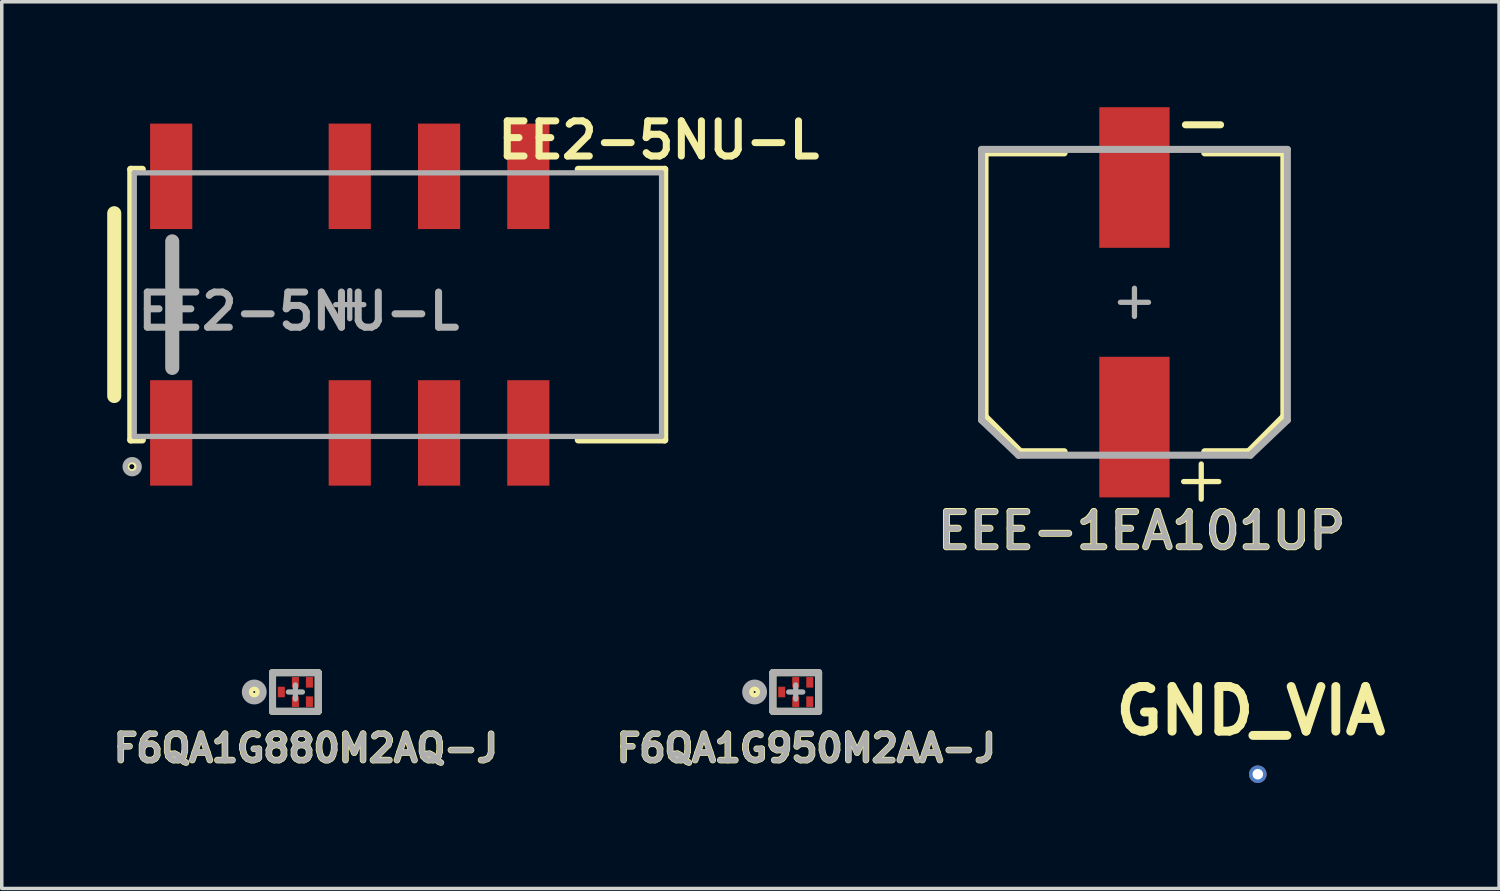
<source format=kicad_pcb>
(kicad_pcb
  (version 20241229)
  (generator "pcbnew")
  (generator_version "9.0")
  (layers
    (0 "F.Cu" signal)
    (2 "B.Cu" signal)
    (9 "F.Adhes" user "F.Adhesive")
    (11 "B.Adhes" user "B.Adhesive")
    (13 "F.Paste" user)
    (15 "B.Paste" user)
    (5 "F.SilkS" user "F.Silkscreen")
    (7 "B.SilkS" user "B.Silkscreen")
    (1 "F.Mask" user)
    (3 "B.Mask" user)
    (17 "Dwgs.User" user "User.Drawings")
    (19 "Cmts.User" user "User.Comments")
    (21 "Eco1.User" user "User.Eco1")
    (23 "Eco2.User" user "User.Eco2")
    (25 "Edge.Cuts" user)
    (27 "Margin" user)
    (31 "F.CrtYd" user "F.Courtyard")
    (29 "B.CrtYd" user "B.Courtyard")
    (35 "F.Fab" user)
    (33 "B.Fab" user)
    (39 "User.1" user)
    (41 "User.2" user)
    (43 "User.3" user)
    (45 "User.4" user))
  (footprint "EEE-1EA101UP"
    (layer "F.Cu")
    (at 29.223 5.55)
    (property "Reference" "EEE-1EA101UP" (at 0.2 6.5 0) (layer "F.SilkS") (effects (font (size 1 1) (thickness 0.2))))
    (attr through_hole)
    (fp_line (start -4.25 -4.25) (end -4.25 3.25) (stroke (width 0.2) (type solid)) (layer "F.SilkS"))
    (fp_line (start -4.25 -4.25) (end -2 -4.25) (stroke (width 0.2) (type solid)) (layer "F.SilkS"))
    (fp_line (start -4.25 3.25) (end -3.25 4.25) (stroke (width 0.2) (type solid)) (layer "F.SilkS"))
    (fp_line (start -3.25 4.25) (end -2 4.25) (stroke (width 0.2) (type solid)) (layer "F.SilkS"))
    (fp_line (start 1.4 5.1) (end 2.4 5.1) (stroke (width 0.15) (type solid)) (layer "F.SilkS"))
    (fp_line (start 1.45 -5.05) (end 2.45 -5.05) (stroke (width 0.2) (type solid)) (layer "F.SilkS"))
    (fp_line (start 1.9 4.6) (end 1.9 5.6) (stroke (width 0.15) (type solid)) (layer "F.SilkS"))
    (fp_line (start 2 -4.25) (end 4.25 -4.25) (stroke (width 0.2) (type solid)) (layer "F.SilkS"))
    (fp_line (start 2 4.25) (end 3.25 4.25) (stroke (width 0.2) (type solid)) (layer "F.SilkS"))
    (fp_line (start 4.25 -4.25) (end 4.25 3.25) (stroke (width 0.2) (type solid)) (layer "F.SilkS"))
    (fp_line (start 4.25 3.25) (end 3.25 4.25) (stroke (width 0.2) (type solid)) (layer "F.SilkS"))
    (fp_line (start -4.35 -4.35) (end -4.35 3.35) (stroke (width 0.2) (type solid)) (layer "F.Fab"))
    (fp_line (start -4.35 -4.35) (end 4.35 -4.35) (stroke (width 0.2) (type solid)) (layer "F.Fab"))
    (fp_line (start -4.35 3.35) (end -3.3 4.35) (stroke (width 0.2) (type solid)) (layer "F.Fab"))
    (fp_line (start -3.3 4.35) (end 3.3 4.35) (stroke (width 0.2) (type solid)) (layer "F.Fab"))
    (fp_line (start -0.4 0) (end 0.4 0) (stroke (width 0.15) (type solid)) (layer "F.Fab"))
    (fp_line (start 0 -0.4) (end 0 0.4) (stroke (width 0.15) (type solid)) (layer "F.Fab"))
    (fp_line (start 4.35 -4.35) (end 4.35 3.35) (stroke (width 0.2) (type solid)) (layer "F.Fab"))
    (fp_line (start 4.35 3.35) (end 3.3 4.35) (stroke (width 0.2) (type solid)) (layer "F.Fab"))
    (fp_text user "${REFERENCE}" (at 0.2 6.5 0) (layer "F.Fab") (effects (font (size 1 1) (thickness 0.15))))
    (pad "1" smd rect (at 0 3.55) (size 2 4) (layers "F.Cu" "F.Mask" "F.Paste"))
    (pad "2" smd rect (at 0 -3.55) (size 2 4) (layers "F.Cu" "F.Mask" "F.Paste")))
  (footprint "GND_VIA"
    (layer "F.Cu")
    (at 32.732 18.975)
    (property "Reference" "GND_VIA" (at -0.2 -1.8 0) (layer "F.SilkS") (effects (font (size 1.27 1.27) (thickness 0.254))))
    (attr through_hole)
    (pad "1" thru_hole circle (at 0 0) (size 0.5 0.5) (drill 0.3) (layers "*.Cu")))
  (footprint "F6QA1G880M2AQ-J"
    (layer "F.Cu")
    (at 5.353 16.636)
    (property "Reference" "F6QA1G880M2AQ-J" (at 0.3 1.6 0) (layer "F.SilkS") (effects (font (size 0.75 0.75) (thickness 0.188))))
    (attr through_hole)
    (fp_line (start -0.65 -0.55) (end -0.65 0.55) (stroke (width 0.2) (type solid)) (layer "F.SilkS"))
    (fp_line (start -0.65 -0.55) (end 0.65 -0.55) (stroke (width 0.2) (type solid)) (layer "F.SilkS"))
    (fp_line (start -0.65 0.55) (end 0.65 0.55) (stroke (width 0.2) (type solid)) (layer "F.SilkS"))
    (fp_line (start 0.65 -0.55) (end 0.65 0.55) (stroke (width 0.2) (type solid)) (layer "F.SilkS"))
    (fp_circle (center -1.17 0) (end -1.043 0) (stroke (width 0.2) (type solid)) (fill no) (layer "F.SilkS"))
    (fp_line (start -0.65 -0.55) (end -0.65 0.55) (stroke (width 0.2) (type solid)) (layer "F.Fab"))
    (fp_line (start -0.65 -0.55) (end 0.65 -0.55) (stroke (width 0.2) (type solid)) (layer "F.Fab"))
    (fp_line (start -0.65 0.55) (end 0.65 0.55) (stroke (width 0.2) (type solid)) (layer "F.Fab"))
    (fp_line (start -0.2 0) (end 0.2 0) (stroke (width 0.15) (type solid)) (layer "F.Fab"))
    (fp_line (start 0 -0.2) (end 0 0.2) (stroke (width 0.15) (type solid)) (layer "F.Fab"))
    (fp_line (start 0.65 -0.55) (end 0.65 0.55) (stroke (width 0.2) (type solid)) (layer "F.Fab"))
    (fp_circle (center -1.17 0) (end -1.424 0) (stroke (width 0.2) (type solid)) (fill no) (layer "F.Fab"))
    (fp_text user "${REFERENCE}" (at 0.3 1.6 0) (layer "F.Fab") (effects (font (size 0.75 0.75) (thickness 0.15))))
    (pad "1" smd rect (at -0.4 0) (size 0.2 0.3) (layers "F.Cu" "F.Mask" "F.Paste"))
    (pad "2" smd rect (at 0 0.275) (size 0.2 0.3) (layers "F.Cu" "F.Mask" "F.Paste"))
    (pad "3" smd rect (at 0.4 0.275) (size 0.2 0.3) (layers "F.Cu" "F.Mask" "F.Paste"))
    (pad "4" smd rect (at 0.4 -0.275) (size 0.2 0.3) (layers "F.Cu" "F.Mask" "F.Paste"))
    (pad "5" smd rect (at 0 -0.275) (size 0.2 0.3) (layers "F.Cu" "F.Mask" "F.Paste")))
  (footprint "EE2-5NU-L"
    (layer "F.Cu")
    (at 6.9 5.616)
    (property "Reference" "EE2-5NU-L" (at 8.79 -4.68 0) (layer "F.SilkS") (effects (font (size 1 1) (thickness 0.2))))
    (attr through_hole)
    (fp_line (start -6.7 2.6) (end -6.7 -2.6) (stroke (width 0.4) (type solid)) (layer "F.SilkS"))
    (fp_line (start -6.23 -3.85) (end -6.23 3.85) (stroke (width 0.2) (type solid)) (layer "F.SilkS"))
    (fp_line (start -6.23 -3.85) (end -5.9 -3.85) (stroke (width 0.2) (type solid)) (layer "F.SilkS"))
    (fp_line (start -6.23 3.85) (end -5.9 3.85) (stroke (width 0.2) (type solid)) (layer "F.SilkS"))
    (fp_line (start 8.96 -3.85) (end 6.5 -3.85) (stroke (width 0.2) (type solid)) (layer "F.SilkS"))
    (fp_line (start 8.96 -3.85) (end 8.96 3.85) (stroke (width 0.2) (type solid)) (layer "F.SilkS"))
    (fp_line (start 8.96 3.85) (end 6.5 3.85) (stroke (width 0.2) (type solid)) (layer "F.SilkS"))
    (fp_circle (center -6.2 4.61) (end -6.093 4.71) (stroke (width 0.152) (type solid)) (fill no) (layer "F.SilkS"))
    (fp_line (start -6.13 -3.75) (end -6.13 3.75) (stroke (width 0.15) (type solid)) (layer "F.Fab"))
    (fp_line (start -6.13 -3.75) (end 8.87 -3.75) (stroke (width 0.15) (type solid)) (layer "F.Fab"))
    (fp_line (start -6.13 3.75) (end 8.87 3.75) (stroke (width 0.15) (type solid)) (layer "F.Fab"))
    (fp_line (start -5.05 -1.8) (end -5.05 1.8) (stroke (width 0.4) (type solid)) (layer "F.Fab"))
    (fp_line (start -0.4 0) (end 0.4 0) (stroke (width 0.15) (type solid)) (layer "F.Fab"))
    (fp_line (start 0 -0.4) (end 0 0.4) (stroke (width 0.15) (type solid)) (layer "F.Fab"))
    (fp_line (start 8.87 -3.75) (end 8.87 3.75) (stroke (width 0.15) (type solid)) (layer "F.Fab"))
    (fp_circle (center -6.19 4.61) (end -5.99 4.61) (stroke (width 0.15) (type solid)) (fill no) (layer "F.Fab"))
    (fp_text user "${REFERENCE}" (at -1.45 0.19 0) (layer "F.Fab") (effects (font (size 1 1) (thickness 0.2))))
    (pad "1" smd rect (at -5.08 3.65) (size 1.2 3) (layers "F.Cu" "F.Mask" "F.Paste"))
    (pad "3" smd rect (at 0 3.65) (size 1.2 3) (layers "F.Cu" "F.Mask" "F.Paste"))
    (pad "4" smd rect (at 2.54 3.65) (size 1.2 3) (layers "F.Cu" "F.Mask" "F.Paste"))
    (pad "5" smd rect (at 5.08 3.65) (size 1.2 3) (layers "F.Cu" "F.Mask" "F.Paste"))
    (pad "8" smd rect (at 5.08 -3.65) (size 1.2 3) (layers "F.Cu" "F.Mask" "F.Paste"))
    (pad "9" smd rect (at 2.54 -3.65) (size 1.2 3) (layers "F.Cu" "F.Mask" "F.Paste"))
    (pad "10" smd rect (at 0 -3.65) (size 1.2 3) (layers "F.Cu" "F.Mask" "F.Paste"))
    (pad "12" smd rect (at -5.08 -3.65) (size 1.2 3) (layers "F.Cu" "F.Mask" "F.Paste")))
  (footprint "F6QA1G950M2AA-J"
    (layer "F.Cu")
    (at 19.587 16.636)
    (property "Reference" "F6QA1G950M2AA-J" (at 0.3 1.6 0) (layer "F.SilkS") (effects (font (size 0.75 0.75) (thickness 0.188))))
    (attr through_hole)
    (fp_line (start -0.65 -0.55) (end -0.65 0.55) (stroke (width 0.2) (type solid)) (layer "F.SilkS"))
    (fp_line (start -0.65 -0.55) (end 0.65 -0.55) (stroke (width 0.2) (type solid)) (layer "F.SilkS"))
    (fp_line (start -0.65 0.55) (end 0.65 0.55) (stroke (width 0.2) (type solid)) (layer "F.SilkS"))
    (fp_line (start 0.65 -0.55) (end 0.65 0.55) (stroke (width 0.2) (type solid)) (layer "F.SilkS"))
    (fp_circle (center -1.17 0) (end -1.043 0) (stroke (width 0.2) (type solid)) (fill no) (layer "F.SilkS"))
    (fp_line (start -0.65 -0.55) (end -0.65 0.55) (stroke (width 0.2) (type solid)) (layer "F.Fab"))
    (fp_line (start -0.65 -0.55) (end 0.65 -0.55) (stroke (width 0.2) (type solid)) (layer "F.Fab"))
    (fp_line (start -0.65 0.55) (end 0.65 0.55) (stroke (width 0.2) (type solid)) (layer "F.Fab"))
    (fp_line (start -0.2 0) (end 0.2 0) (stroke (width 0.15) (type solid)) (layer "F.Fab"))
    (fp_line (start 0 -0.2) (end 0 0.2) (stroke (width 0.15) (type solid)) (layer "F.Fab"))
    (fp_line (start 0.65 -0.55) (end 0.65 0.55) (stroke (width 0.2) (type solid)) (layer "F.Fab"))
    (fp_circle (center -1.17 0) (end -1.424 0) (stroke (width 0.2) (type solid)) (fill no) (layer "F.Fab"))
    (fp_text user "${REFERENCE}" (at 0.3 1.6 0) (layer "F.Fab") (effects (font (size 0.75 0.75) (thickness 0.15))))
    (pad "1" smd rect (at -0.4 0) (size 0.2 0.3) (layers "F.Cu" "F.Mask" "F.Paste"))
    (pad "2" smd rect (at 0 0.275) (size 0.2 0.3) (layers "F.Cu" "F.Mask" "F.Paste"))
    (pad "3" smd rect (at 0.4 0.275) (size 0.2 0.3) (layers "F.Cu" "F.Mask" "F.Paste"))
    (pad "4" smd rect (at 0.4 -0.275) (size 0.2 0.3) (layers "F.Cu" "F.Mask" "F.Paste"))
    (pad "5" smd rect (at 0 -0.275) (size 0.2 0.3) (layers "F.Cu" "F.Mask" "F.Paste")))
  (gr_rect
    (start -3 -3)
    (end 39.596 22.225)
    (stroke (width 0.1) (type default))
    (fill no)
    (layer "Edge.Cuts")))
</source>
